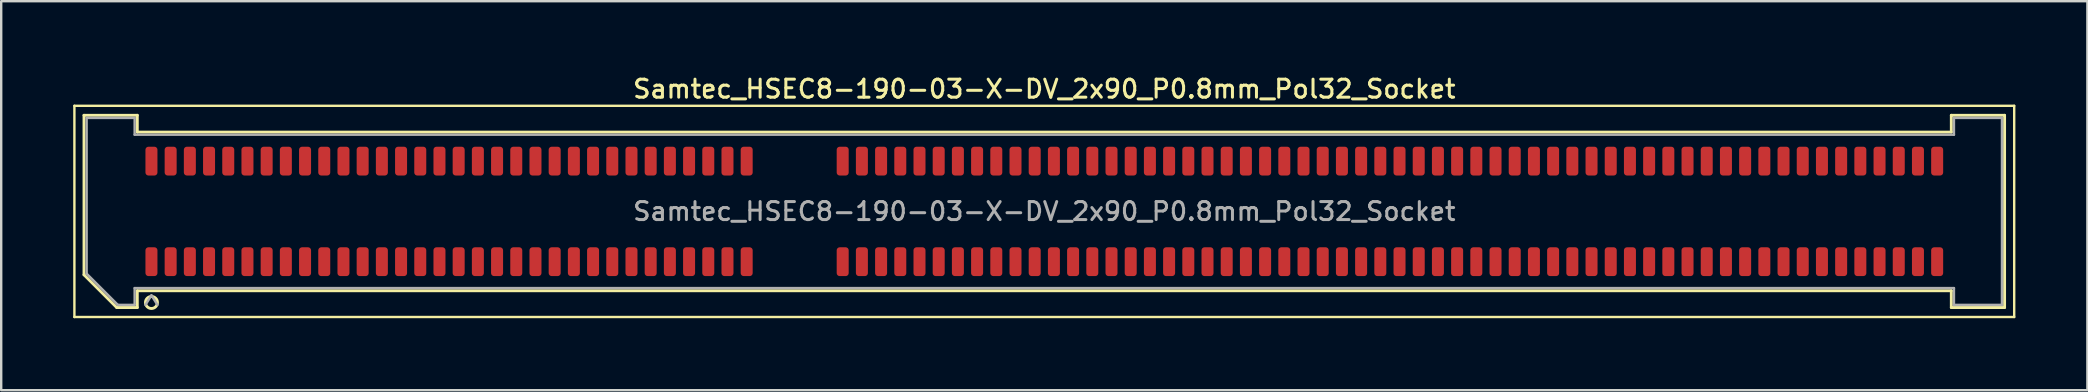
<source format=kicad_pcb>
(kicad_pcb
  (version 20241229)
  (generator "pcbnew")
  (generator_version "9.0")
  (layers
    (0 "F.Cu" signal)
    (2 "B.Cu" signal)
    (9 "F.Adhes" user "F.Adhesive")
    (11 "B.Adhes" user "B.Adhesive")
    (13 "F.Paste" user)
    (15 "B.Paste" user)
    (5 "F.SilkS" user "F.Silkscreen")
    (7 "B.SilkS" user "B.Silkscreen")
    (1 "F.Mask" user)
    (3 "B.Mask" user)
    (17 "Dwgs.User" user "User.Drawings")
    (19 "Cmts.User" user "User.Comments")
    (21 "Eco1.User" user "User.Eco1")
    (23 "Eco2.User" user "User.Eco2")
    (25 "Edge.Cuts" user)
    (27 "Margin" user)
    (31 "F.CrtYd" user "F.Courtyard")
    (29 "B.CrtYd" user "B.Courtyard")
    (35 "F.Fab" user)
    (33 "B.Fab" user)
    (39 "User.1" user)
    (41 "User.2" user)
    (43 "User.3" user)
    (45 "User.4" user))
  (footprint "Samtec_HSEC8-190-03-X-DV_2x90_P0.8mm_Pol32_Socket"
    (layer "F.Cu")
    (at 40.46 5.758)
    (property "Reference" "Samtec_HSEC8-190-03-X-DV_2x90_P0.8mm_Pol32_Socket" (at 0 -5.1 0) (layer "F.SilkS") (effects (font (size 0.75 0.75) (thickness 0.125))))
    (attr smd)
    (fp_line (start -40.41 -4.4) (end -40.41 4.4) (stroke (width 0.1) (type solid)) (layer "F.SilkS"))
    (fp_line (start -40.41 4.4) (end 40.41 4.4) (stroke (width 0.1) (type solid)) (layer "F.SilkS"))
    (fp_line (start -40.01 -4.005) (end -37.79 -4.005) (stroke (width 0.12) (type solid)) (layer "F.SilkS"))
    (fp_line (start -40.01 2.641) (end -40.01 -4.005) (stroke (width 0.12) (type solid)) (layer "F.SilkS"))
    (fp_line (start -38.646 4.005) (end -40.01 2.641) (stroke (width 0.12) (type solid)) (layer "F.SilkS"))
    (fp_line (start -37.79 -4.005) (end -37.79 -3.305) (stroke (width 0.12) (type solid)) (layer "F.SilkS"))
    (fp_line (start -37.79 -3.305) (end 37.79 -3.305) (stroke (width 0.12) (type solid)) (layer "F.SilkS"))
    (fp_line (start -37.79 3.305) (end -37.79 4.005) (stroke (width 0.12) (type solid)) (layer "F.SilkS"))
    (fp_line (start -37.79 4.005) (end -38.646 4.005) (stroke (width 0.12) (type solid)) (layer "F.SilkS"))
    (fp_line (start 37.79 -4.005) (end 40.01 -4.005) (stroke (width 0.12) (type solid)) (layer "F.SilkS"))
    (fp_line (start 37.79 -3.305) (end 37.79 -4.005) (stroke (width 0.12) (type solid)) (layer "F.SilkS"))
    (fp_line (start 37.79 3.305) (end -37.79 3.305) (stroke (width 0.12) (type solid)) (layer "F.SilkS"))
    (fp_line (start 37.79 4.005) (end 37.79 3.305) (stroke (width 0.12) (type solid)) (layer "F.SilkS"))
    (fp_line (start 40.01 -4.005) (end 40.01 4.005) (stroke (width 0.12) (type solid)) (layer "F.SilkS"))
    (fp_line (start 40.01 4.005) (end 37.79 4.005) (stroke (width 0.12) (type solid)) (layer "F.SilkS"))
    (fp_line (start 40.41 -4.4) (end -40.41 -4.4) (stroke (width 0.1) (type solid)) (layer "F.SilkS"))
    (fp_line (start 40.41 4.4) (end 40.41 -4.4) (stroke (width 0.1) (type solid)) (layer "F.SilkS"))
    (fp_arc (start -36.95 3.795) (mid -37.45 3.795) (end -36.95 3.795) (stroke (width 0.12) (type solid)) (layer "F.SilkS"))
    (fp_line (start -39.9 -3.895) (end -37.9 -3.895) (stroke (width 0.1) (type solid)) (layer "F.Fab"))
    (fp_line (start -39.9 2.595) (end -39.9 -3.895) (stroke (width 0.1) (type solid)) (layer "F.Fab"))
    (fp_line (start -38.6 3.895) (end -39.9 2.595) (stroke (width 0.1) (type solid)) (layer "F.Fab"))
    (fp_line (start -37.9 -3.895) (end -37.9 -3.195) (stroke (width 0.1) (type solid)) (layer "F.Fab"))
    (fp_line (start -37.9 -3.195) (end 37.9 -3.195) (stroke (width 0.1) (type solid)) (layer "F.Fab"))
    (fp_line (start -37.9 3.195) (end -37.9 3.895) (stroke (width 0.1) (type solid)) (layer "F.Fab"))
    (fp_line (start -37.9 3.895) (end -38.6 3.895) (stroke (width 0.1) (type solid)) (layer "F.Fab"))
    (fp_line (start -37.2 3.495) (end -37.45 3.895) (stroke (width 0.1) (type solid)) (layer "F.Fab"))
    (fp_line (start -37.2 3.495) (end -36.95 3.895) (stroke (width 0.1) (type solid)) (layer "F.Fab"))
    (fp_line (start 37.9 -3.895) (end 39.9 -3.895) (stroke (width 0.1) (type solid)) (layer "F.Fab"))
    (fp_line (start 37.9 -3.195) (end 37.9 -3.895) (stroke (width 0.1) (type solid)) (layer "F.Fab"))
    (fp_line (start 37.9 3.195) (end -37.9 3.195) (stroke (width 0.1) (type solid)) (layer "F.Fab"))
    (fp_line (start 37.9 3.895) (end 37.9 3.195) (stroke (width 0.1) (type solid)) (layer "F.Fab"))
    (fp_line (start 39.9 -3.895) (end 39.9 3.895) (stroke (width 0.1) (type solid)) (layer "F.Fab"))
    (fp_line (start 39.9 3.895) (end 37.9 3.895) (stroke (width 0.1) (type solid)) (layer "F.Fab"))
    (fp_text user "${REFERENCE}" (at 0 0 0) (layer "F.Fab") (effects (font (size 0.75 0.75) (thickness 0.125))))
    (pad "1" smd roundrect (at -37.2 2.095) (size 0.5 1.2) (layers "F.Cu" "F.Mask" "F.Paste") (roundrect_rratio 0.25))
    (pad "2" smd roundrect (at -37.2 -2.095) (size 0.5 1.2) (layers "F.Cu" "F.Mask" "F.Paste") (roundrect_rratio 0.25))
    (pad "3" smd roundrect (at -36.4 2.095) (size 0.5 1.2) (layers "F.Cu" "F.Mask" "F.Paste") (roundrect_rratio 0.25))
    (pad "4" smd roundrect (at -36.4 -2.095) (size 0.5 1.2) (layers "F.Cu" "F.Mask" "F.Paste") (roundrect_rratio 0.25))
    (pad "5" smd roundrect (at -35.6 2.095) (size 0.5 1.2) (layers "F.Cu" "F.Mask" "F.Paste") (roundrect_rratio 0.25))
    (pad "6" smd roundrect (at -35.6 -2.095) (size 0.5 1.2) (layers "F.Cu" "F.Mask" "F.Paste") (roundrect_rratio 0.25))
    (pad "7" smd roundrect (at -34.8 2.095) (size 0.5 1.2) (layers "F.Cu" "F.Mask" "F.Paste") (roundrect_rratio 0.25))
    (pad "8" smd roundrect (at -34.8 -2.095) (size 0.5 1.2) (layers "F.Cu" "F.Mask" "F.Paste") (roundrect_rratio 0.25))
    (pad "9" smd roundrect (at -34 2.095) (size 0.5 1.2) (layers "F.Cu" "F.Mask" "F.Paste") (roundrect_rratio 0.25))
    (pad "10" smd roundrect (at -34 -2.095) (size 0.5 1.2) (layers "F.Cu" "F.Mask" "F.Paste") (roundrect_rratio 0.25))
    (pad "11" smd roundrect (at -33.2 2.095) (size 0.5 1.2) (layers "F.Cu" "F.Mask" "F.Paste") (roundrect_rratio 0.25))
    (pad "12" smd roundrect (at -33.2 -2.095) (size 0.5 1.2) (layers "F.Cu" "F.Mask" "F.Paste") (roundrect_rratio 0.25))
    (pad "13" smd roundrect (at -32.4 2.095) (size 0.5 1.2) (layers "F.Cu" "F.Mask" "F.Paste") (roundrect_rratio 0.25))
    (pad "14" smd roundrect (at -32.4 -2.095) (size 0.5 1.2) (layers "F.Cu" "F.Mask" "F.Paste") (roundrect_rratio 0.25))
    (pad "15" smd roundrect (at -31.6 2.095) (size 0.5 1.2) (layers "F.Cu" "F.Mask" "F.Paste") (roundrect_rratio 0.25))
    (pad "16" smd roundrect (at -31.6 -2.095) (size 0.5 1.2) (layers "F.Cu" "F.Mask" "F.Paste") (roundrect_rratio 0.25))
    (pad "17" smd roundrect (at -30.8 2.095) (size 0.5 1.2) (layers "F.Cu" "F.Mask" "F.Paste") (roundrect_rratio 0.25))
    (pad "18" smd roundrect (at -30.8 -2.095) (size 0.5 1.2) (layers "F.Cu" "F.Mask" "F.Paste") (roundrect_rratio 0.25))
    (pad "19" smd roundrect (at -30 2.095) (size 0.5 1.2) (layers "F.Cu" "F.Mask" "F.Paste") (roundrect_rratio 0.25))
    (pad "20" smd roundrect (at -30 -2.095) (size 0.5 1.2) (layers "F.Cu" "F.Mask" "F.Paste") (roundrect_rratio 0.25))
    (pad "21" smd roundrect (at -29.2 2.095) (size 0.5 1.2) (layers "F.Cu" "F.Mask" "F.Paste") (roundrect_rratio 0.25))
    (pad "22" smd roundrect (at -29.2 -2.095) (size 0.5 1.2) (layers "F.Cu" "F.Mask" "F.Paste") (roundrect_rratio 0.25))
    (pad "23" smd roundrect (at -28.4 2.095) (size 0.5 1.2) (layers "F.Cu" "F.Mask" "F.Paste") (roundrect_rratio 0.25))
    (pad "24" smd roundrect (at -28.4 -2.095) (size 0.5 1.2) (layers "F.Cu" "F.Mask" "F.Paste") (roundrect_rratio 0.25))
    (pad "25" smd roundrect (at -27.6 2.095) (size 0.5 1.2) (layers "F.Cu" "F.Mask" "F.Paste") (roundrect_rratio 0.25))
    (pad "26" smd roundrect (at -27.6 -2.095) (size 0.5 1.2) (layers "F.Cu" "F.Mask" "F.Paste") (roundrect_rratio 0.25))
    (pad "27" smd roundrect (at -26.8 2.095) (size 0.5 1.2) (layers "F.Cu" "F.Mask" "F.Paste") (roundrect_rratio 0.25))
    (pad "28" smd roundrect (at -26.8 -2.095) (size 0.5 1.2) (layers "F.Cu" "F.Mask" "F.Paste") (roundrect_rratio 0.25))
    (pad "29" smd roundrect (at -26 2.095) (size 0.5 1.2) (layers "F.Cu" "F.Mask" "F.Paste") (roundrect_rratio 0.25))
    (pad "30" smd roundrect (at -26 -2.095) (size 0.5 1.2) (layers "F.Cu" "F.Mask" "F.Paste") (roundrect_rratio 0.25))
    (pad "31" smd roundrect (at -25.2 2.095) (size 0.5 1.2) (layers "F.Cu" "F.Mask" "F.Paste") (roundrect_rratio 0.25))
    (pad "32" smd roundrect (at -25.2 -2.095) (size 0.5 1.2) (layers "F.Cu" "F.Mask" "F.Paste") (roundrect_rratio 0.25))
    (pad "33" smd roundrect (at -24.4 2.095) (size 0.5 1.2) (layers "F.Cu" "F.Mask" "F.Paste") (roundrect_rratio 0.25))
    (pad "34" smd roundrect (at -24.4 -2.095) (size 0.5 1.2) (layers "F.Cu" "F.Mask" "F.Paste") (roundrect_rratio 0.25))
    (pad "35" smd roundrect (at -23.6 2.095) (size 0.5 1.2) (layers "F.Cu" "F.Mask" "F.Paste") (roundrect_rratio 0.25))
    (pad "36" smd roundrect (at -23.6 -2.095) (size 0.5 1.2) (layers "F.Cu" "F.Mask" "F.Paste") (roundrect_rratio 0.25))
    (pad "37" smd roundrect (at -22.8 2.095) (size 0.5 1.2) (layers "F.Cu" "F.Mask" "F.Paste") (roundrect_rratio 0.25))
    (pad "38" smd roundrect (at -22.8 -2.095) (size 0.5 1.2) (layers "F.Cu" "F.Mask" "F.Paste") (roundrect_rratio 0.25))
    (pad "39" smd roundrect (at -22 2.095) (size 0.5 1.2) (layers "F.Cu" "F.Mask" "F.Paste") (roundrect_rratio 0.25))
    (pad "40" smd roundrect (at -22 -2.095) (size 0.5 1.2) (layers "F.Cu" "F.Mask" "F.Paste") (roundrect_rratio 0.25))
    (pad "41" smd roundrect (at -21.2 2.095) (size 0.5 1.2) (layers "F.Cu" "F.Mask" "F.Paste") (roundrect_rratio 0.25))
    (pad "42" smd roundrect (at -21.2 -2.095) (size 0.5 1.2) (layers "F.Cu" "F.Mask" "F.Paste") (roundrect_rratio 0.25))
    (pad "43" smd roundrect (at -20.4 2.095) (size 0.5 1.2) (layers "F.Cu" "F.Mask" "F.Paste") (roundrect_rratio 0.25))
    (pad "44" smd roundrect (at -20.4 -2.095) (size 0.5 1.2) (layers "F.Cu" "F.Mask" "F.Paste") (roundrect_rratio 0.25))
    (pad "45" smd roundrect (at -19.6 2.095) (size 0.5 1.2) (layers "F.Cu" "F.Mask" "F.Paste") (roundrect_rratio 0.25))
    (pad "46" smd roundrect (at -19.6 -2.095) (size 0.5 1.2) (layers "F.Cu" "F.Mask" "F.Paste") (roundrect_rratio 0.25))
    (pad "47" smd roundrect (at -18.8 2.095) (size 0.5 1.2) (layers "F.Cu" "F.Mask" "F.Paste") (roundrect_rratio 0.25))
    (pad "48" smd roundrect (at -18.8 -2.095) (size 0.5 1.2) (layers "F.Cu" "F.Mask" "F.Paste") (roundrect_rratio 0.25))
    (pad "49" smd roundrect (at -18 2.095) (size 0.5 1.2) (layers "F.Cu" "F.Mask" "F.Paste") (roundrect_rratio 0.25))
    (pad "50" smd roundrect (at -18 -2.095) (size 0.5 1.2) (layers "F.Cu" "F.Mask" "F.Paste") (roundrect_rratio 0.25))
    (pad "51" smd roundrect (at -17.2 2.095) (size 0.5 1.2) (layers "F.Cu" "F.Mask" "F.Paste") (roundrect_rratio 0.25))
    (pad "52" smd roundrect (at -17.2 -2.095) (size 0.5 1.2) (layers "F.Cu" "F.Mask" "F.Paste") (roundrect_rratio 0.25))
    (pad "53" smd roundrect (at -16.4 2.095) (size 0.5 1.2) (layers "F.Cu" "F.Mask" "F.Paste") (roundrect_rratio 0.25))
    (pad "54" smd roundrect (at -16.4 -2.095) (size 0.5 1.2) (layers "F.Cu" "F.Mask" "F.Paste") (roundrect_rratio 0.25))
    (pad "55" smd roundrect (at -15.6 2.095) (size 0.5 1.2) (layers "F.Cu" "F.Mask" "F.Paste") (roundrect_rratio 0.25))
    (pad "56" smd roundrect (at -15.6 -2.095) (size 0.5 1.2) (layers "F.Cu" "F.Mask" "F.Paste") (roundrect_rratio 0.25))
    (pad "57" smd roundrect (at -14.8 2.095) (size 0.5 1.2) (layers "F.Cu" "F.Mask" "F.Paste") (roundrect_rratio 0.25))
    (pad "58" smd roundrect (at -14.8 -2.095) (size 0.5 1.2) (layers "F.Cu" "F.Mask" "F.Paste") (roundrect_rratio 0.25))
    (pad "59" smd roundrect (at -14 2.095) (size 0.5 1.2) (layers "F.Cu" "F.Mask" "F.Paste") (roundrect_rratio 0.25))
    (pad "60" smd roundrect (at -14 -2.095) (size 0.5 1.2) (layers "F.Cu" "F.Mask" "F.Paste") (roundrect_rratio 0.25))
    (pad "61" smd roundrect (at -13.2 2.095) (size 0.5 1.2) (layers "F.Cu" "F.Mask" "F.Paste") (roundrect_rratio 0.25))
    (pad "62" smd roundrect (at -13.2 -2.095) (size 0.5 1.2) (layers "F.Cu" "F.Mask" "F.Paste") (roundrect_rratio 0.25))
    (pad "63" smd roundrect (at -12.4 2.095) (size 0.5 1.2) (layers "F.Cu" "F.Mask" "F.Paste") (roundrect_rratio 0.25))
    (pad "64" smd roundrect (at -12.4 -2.095) (size 0.5 1.2) (layers "F.Cu" "F.Mask" "F.Paste") (roundrect_rratio 0.25))
    (pad "65" smd roundrect (at -8.4 2.095) (size 0.5 1.2) (layers "F.Cu" "F.Mask" "F.Paste") (roundrect_rratio 0.25))
    (pad "66" smd roundrect (at -8.4 -2.095) (size 0.5 1.2) (layers "F.Cu" "F.Mask" "F.Paste") (roundrect_rratio 0.25))
    (pad "67" smd roundrect (at -7.6 2.095) (size 0.5 1.2) (layers "F.Cu" "F.Mask" "F.Paste") (roundrect_rratio 0.25))
    (pad "68" smd roundrect (at -7.6 -2.095) (size 0.5 1.2) (layers "F.Cu" "F.Mask" "F.Paste") (roundrect_rratio 0.25))
    (pad "69" smd roundrect (at -6.8 2.095) (size 0.5 1.2) (layers "F.Cu" "F.Mask" "F.Paste") (roundrect_rratio 0.25))
    (pad "70" smd roundrect (at -6.8 -2.095) (size 0.5 1.2) (layers "F.Cu" "F.Mask" "F.Paste") (roundrect_rratio 0.25))
    (pad "71" smd roundrect (at -6 2.095) (size 0.5 1.2) (layers "F.Cu" "F.Mask" "F.Paste") (roundrect_rratio 0.25))
    (pad "72" smd roundrect (at -6 -2.095) (size 0.5 1.2) (layers "F.Cu" "F.Mask" "F.Paste") (roundrect_rratio 0.25))
    (pad "73" smd roundrect (at -5.2 2.095) (size 0.5 1.2) (layers "F.Cu" "F.Mask" "F.Paste") (roundrect_rratio 0.25))
    (pad "74" smd roundrect (at -5.2 -2.095) (size 0.5 1.2) (layers "F.Cu" "F.Mask" "F.Paste") (roundrect_rratio 0.25))
    (pad "75" smd roundrect (at -4.4 2.095) (size 0.5 1.2) (layers "F.Cu" "F.Mask" "F.Paste") (roundrect_rratio 0.25))
    (pad "76" smd roundrect (at -4.4 -2.095) (size 0.5 1.2) (layers "F.Cu" "F.Mask" "F.Paste") (roundrect_rratio 0.25))
    (pad "77" smd roundrect (at -3.6 2.095) (size 0.5 1.2) (layers "F.Cu" "F.Mask" "F.Paste") (roundrect_rratio 0.25))
    (pad "78" smd roundrect (at -3.6 -2.095) (size 0.5 1.2) (layers "F.Cu" "F.Mask" "F.Paste") (roundrect_rratio 0.25))
    (pad "79" smd roundrect (at -2.8 2.095) (size 0.5 1.2) (layers "F.Cu" "F.Mask" "F.Paste") (roundrect_rratio 0.25))
    (pad "80" smd roundrect (at -2.8 -2.095) (size 0.5 1.2) (layers "F.Cu" "F.Mask" "F.Paste") (roundrect_rratio 0.25))
    (pad "81" smd roundrect (at -2 2.095) (size 0.5 1.2) (layers "F.Cu" "F.Mask" "F.Paste") (roundrect_rratio 0.25))
    (pad "82" smd roundrect (at -2 -2.095) (size 0.5 1.2) (layers "F.Cu" "F.Mask" "F.Paste") (roundrect_rratio 0.25))
    (pad "83" smd roundrect (at -1.2 2.095) (size 0.5 1.2) (layers "F.Cu" "F.Mask" "F.Paste") (roundrect_rratio 0.25))
    (pad "84" smd roundrect (at -1.2 -2.095) (size 0.5 1.2) (layers "F.Cu" "F.Mask" "F.Paste") (roundrect_rratio 0.25))
    (pad "85" smd roundrect (at -0.4 2.095) (size 0.5 1.2) (layers "F.Cu" "F.Mask" "F.Paste") (roundrect_rratio 0.25))
    (pad "86" smd roundrect (at -0.4 -2.095) (size 0.5 1.2) (layers "F.Cu" "F.Mask" "F.Paste") (roundrect_rratio 0.25))
    (pad "87" smd roundrect (at 0.4 2.095) (size 0.5 1.2) (layers "F.Cu" "F.Mask" "F.Paste") (roundrect_rratio 0.25))
    (pad "88" smd roundrect (at 0.4 -2.095) (size 0.5 1.2) (layers "F.Cu" "F.Mask" "F.Paste") (roundrect_rratio 0.25))
    (pad "89" smd roundrect (at 1.2 2.095) (size 0.5 1.2) (layers "F.Cu" "F.Mask" "F.Paste") (roundrect_rratio 0.25))
    (pad "90" smd roundrect (at 1.2 -2.095) (size 0.5 1.2) (layers "F.Cu" "F.Mask" "F.Paste") (roundrect_rratio 0.25))
    (pad "91" smd roundrect (at 2 2.095) (size 0.5 1.2) (layers "F.Cu" "F.Mask" "F.Paste") (roundrect_rratio 0.25))
    (pad "92" smd roundrect (at 2 -2.095) (size 0.5 1.2) (layers "F.Cu" "F.Mask" "F.Paste") (roundrect_rratio 0.25))
    (pad "93" smd roundrect (at 2.8 2.095) (size 0.5 1.2) (layers "F.Cu" "F.Mask" "F.Paste") (roundrect_rratio 0.25))
    (pad "94" smd roundrect (at 2.8 -2.095) (size 0.5 1.2) (layers "F.Cu" "F.Mask" "F.Paste") (roundrect_rratio 0.25))
    (pad "95" smd roundrect (at 3.6 2.095) (size 0.5 1.2) (layers "F.Cu" "F.Mask" "F.Paste") (roundrect_rratio 0.25))
    (pad "96" smd roundrect (at 3.6 -2.095) (size 0.5 1.2) (layers "F.Cu" "F.Mask" "F.Paste") (roundrect_rratio 0.25))
    (pad "97" smd roundrect (at 4.4 2.095) (size 0.5 1.2) (layers "F.Cu" "F.Mask" "F.Paste") (roundrect_rratio 0.25))
    (pad "98" smd roundrect (at 4.4 -2.095) (size 0.5 1.2) (layers "F.Cu" "F.Mask" "F.Paste") (roundrect_rratio 0.25))
    (pad "99" smd roundrect (at 5.2 2.095) (size 0.5 1.2) (layers "F.Cu" "F.Mask" "F.Paste") (roundrect_rratio 0.25))
    (pad "100" smd roundrect (at 5.2 -2.095) (size 0.5 1.2) (layers "F.Cu" "F.Mask" "F.Paste") (roundrect_rratio 0.25))
    (pad "101" smd roundrect (at 6 2.095) (size 0.5 1.2) (layers "F.Cu" "F.Mask" "F.Paste") (roundrect_rratio 0.25))
    (pad "102" smd roundrect (at 6 -2.095) (size 0.5 1.2) (layers "F.Cu" "F.Mask" "F.Paste") (roundrect_rratio 0.25))
    (pad "103" smd roundrect (at 6.8 2.095) (size 0.5 1.2) (layers "F.Cu" "F.Mask" "F.Paste") (roundrect_rratio 0.25))
    (pad "104" smd roundrect (at 6.8 -2.095) (size 0.5 1.2) (layers "F.Cu" "F.Mask" "F.Paste") (roundrect_rratio 0.25))
    (pad "105" smd roundrect (at 7.6 2.095) (size 0.5 1.2) (layers "F.Cu" "F.Mask" "F.Paste") (roundrect_rratio 0.25))
    (pad "106" smd roundrect (at 7.6 -2.095) (size 0.5 1.2) (layers "F.Cu" "F.Mask" "F.Paste") (roundrect_rratio 0.25))
    (pad "107" smd roundrect (at 8.4 2.095) (size 0.5 1.2) (layers "F.Cu" "F.Mask" "F.Paste") (roundrect_rratio 0.25))
    (pad "108" smd roundrect (at 8.4 -2.095) (size 0.5 1.2) (layers "F.Cu" "F.Mask" "F.Paste") (roundrect_rratio 0.25))
    (pad "109" smd roundrect (at 9.2 2.095) (size 0.5 1.2) (layers "F.Cu" "F.Mask" "F.Paste") (roundrect_rratio 0.25))
    (pad "110" smd roundrect (at 9.2 -2.095) (size 0.5 1.2) (layers "F.Cu" "F.Mask" "F.Paste") (roundrect_rratio 0.25))
    (pad "111" smd roundrect (at 10 2.095) (size 0.5 1.2) (layers "F.Cu" "F.Mask" "F.Paste") (roundrect_rratio 0.25))
    (pad "112" smd roundrect (at 10 -2.095) (size 0.5 1.2) (layers "F.Cu" "F.Mask" "F.Paste") (roundrect_rratio 0.25))
    (pad "113" smd roundrect (at 10.8 2.095) (size 0.5 1.2) (layers "F.Cu" "F.Mask" "F.Paste") (roundrect_rratio 0.25))
    (pad "114" smd roundrect (at 10.8 -2.095) (size 0.5 1.2) (layers "F.Cu" "F.Mask" "F.Paste") (roundrect_rratio 0.25))
    (pad "115" smd roundrect (at 11.6 2.095) (size 0.5 1.2) (layers "F.Cu" "F.Mask" "F.Paste") (roundrect_rratio 0.25))
    (pad "116" smd roundrect (at 11.6 -2.095) (size 0.5 1.2) (layers "F.Cu" "F.Mask" "F.Paste") (roundrect_rratio 0.25))
    (pad "117" smd roundrect (at 12.4 2.095) (size 0.5 1.2) (layers "F.Cu" "F.Mask" "F.Paste") (roundrect_rratio 0.25))
    (pad "118" smd roundrect (at 12.4 -2.095) (size 0.5 1.2) (layers "F.Cu" "F.Mask" "F.Paste") (roundrect_rratio 0.25))
    (pad "119" smd roundrect (at 13.2 2.095) (size 0.5 1.2) (layers "F.Cu" "F.Mask" "F.Paste") (roundrect_rratio 0.25))
    (pad "120" smd roundrect (at 13.2 -2.095) (size 0.5 1.2) (layers "F.Cu" "F.Mask" "F.Paste") (roundrect_rratio 0.25))
    (pad "121" smd roundrect (at 14 2.095) (size 0.5 1.2) (layers "F.Cu" "F.Mask" "F.Paste") (roundrect_rratio 0.25))
    (pad "122" smd roundrect (at 14 -2.095) (size 0.5 1.2) (layers "F.Cu" "F.Mask" "F.Paste") (roundrect_rratio 0.25))
    (pad "123" smd roundrect (at 14.8 2.095) (size 0.5 1.2) (layers "F.Cu" "F.Mask" "F.Paste") (roundrect_rratio 0.25))
    (pad "124" smd roundrect (at 14.8 -2.095) (size 0.5 1.2) (layers "F.Cu" "F.Mask" "F.Paste") (roundrect_rratio 0.25))
    (pad "125" smd roundrect (at 15.6 2.095) (size 0.5 1.2) (layers "F.Cu" "F.Mask" "F.Paste") (roundrect_rratio 0.25))
    (pad "126" smd roundrect (at 15.6 -2.095) (size 0.5 1.2) (layers "F.Cu" "F.Mask" "F.Paste") (roundrect_rratio 0.25))
    (pad "127" smd roundrect (at 16.4 2.095) (size 0.5 1.2) (layers "F.Cu" "F.Mask" "F.Paste") (roundrect_rratio 0.25))
    (pad "128" smd roundrect (at 16.4 -2.095) (size 0.5 1.2) (layers "F.Cu" "F.Mask" "F.Paste") (roundrect_rratio 0.25))
    (pad "129" smd roundrect (at 17.2 2.095) (size 0.5 1.2) (layers "F.Cu" "F.Mask" "F.Paste") (roundrect_rratio 0.25))
    (pad "130" smd roundrect (at 17.2 -2.095) (size 0.5 1.2) (layers "F.Cu" "F.Mask" "F.Paste") (roundrect_rratio 0.25))
    (pad "131" smd roundrect (at 18 2.095) (size 0.5 1.2) (layers "F.Cu" "F.Mask" "F.Paste") (roundrect_rratio 0.25))
    (pad "132" smd roundrect (at 18 -2.095) (size 0.5 1.2) (layers "F.Cu" "F.Mask" "F.Paste") (roundrect_rratio 0.25))
    (pad "133" smd roundrect (at 18.8 2.095) (size 0.5 1.2) (layers "F.Cu" "F.Mask" "F.Paste") (roundrect_rratio 0.25))
    (pad "134" smd roundrect (at 18.8 -2.095) (size 0.5 1.2) (layers "F.Cu" "F.Mask" "F.Paste") (roundrect_rratio 0.25))
    (pad "135" smd roundrect (at 19.6 2.095) (size 0.5 1.2) (layers "F.Cu" "F.Mask" "F.Paste") (roundrect_rratio 0.25))
    (pad "136" smd roundrect (at 19.6 -2.095) (size 0.5 1.2) (layers "F.Cu" "F.Mask" "F.Paste") (roundrect_rratio 0.25))
    (pad "137" smd roundrect (at 20.4 2.095) (size 0.5 1.2) (layers "F.Cu" "F.Mask" "F.Paste") (roundrect_rratio 0.25))
    (pad "138" smd roundrect (at 20.4 -2.095) (size 0.5 1.2) (layers "F.Cu" "F.Mask" "F.Paste") (roundrect_rratio 0.25))
    (pad "139" smd roundrect (at 21.2 2.095) (size 0.5 1.2) (layers "F.Cu" "F.Mask" "F.Paste") (roundrect_rratio 0.25))
    (pad "140" smd roundrect (at 21.2 -2.095) (size 0.5 1.2) (layers "F.Cu" "F.Mask" "F.Paste") (roundrect_rratio 0.25))
    (pad "141" smd roundrect (at 22 2.095) (size 0.5 1.2) (layers "F.Cu" "F.Mask" "F.Paste") (roundrect_rratio 0.25))
    (pad "142" smd roundrect (at 22 -2.095) (size 0.5 1.2) (layers "F.Cu" "F.Mask" "F.Paste") (roundrect_rratio 0.25))
    (pad "143" smd roundrect (at 22.8 2.095) (size 0.5 1.2) (layers "F.Cu" "F.Mask" "F.Paste") (roundrect_rratio 0.25))
    (pad "144" smd roundrect (at 22.8 -2.095) (size 0.5 1.2) (layers "F.Cu" "F.Mask" "F.Paste") (roundrect_rratio 0.25))
    (pad "145" smd roundrect (at 23.6 2.095) (size 0.5 1.2) (layers "F.Cu" "F.Mask" "F.Paste") (roundrect_rratio 0.25))
    (pad "146" smd roundrect (at 23.6 -2.095) (size 0.5 1.2) (layers "F.Cu" "F.Mask" "F.Paste") (roundrect_rratio 0.25))
    (pad "147" smd roundrect (at 24.4 2.095) (size 0.5 1.2) (layers "F.Cu" "F.Mask" "F.Paste") (roundrect_rratio 0.25))
    (pad "148" smd roundrect (at 24.4 -2.095) (size 0.5 1.2) (layers "F.Cu" "F.Mask" "F.Paste") (roundrect_rratio 0.25))
    (pad "149" smd roundrect (at 25.2 2.095) (size 0.5 1.2) (layers "F.Cu" "F.Mask" "F.Paste") (roundrect_rratio 0.25))
    (pad "150" smd roundrect (at 25.2 -2.095) (size 0.5 1.2) (layers "F.Cu" "F.Mask" "F.Paste") (roundrect_rratio 0.25))
    (pad "151" smd roundrect (at 26 2.095) (size 0.5 1.2) (layers "F.Cu" "F.Mask" "F.Paste") (roundrect_rratio 0.25))
    (pad "152" smd roundrect (at 26 -2.095) (size 0.5 1.2) (layers "F.Cu" "F.Mask" "F.Paste") (roundrect_rratio 0.25))
    (pad "153" smd roundrect (at 26.8 2.095) (size 0.5 1.2) (layers "F.Cu" "F.Mask" "F.Paste") (roundrect_rratio 0.25))
    (pad "154" smd roundrect (at 26.8 -2.095) (size 0.5 1.2) (layers "F.Cu" "F.Mask" "F.Paste") (roundrect_rratio 0.25))
    (pad "155" smd roundrect (at 27.6 2.095) (size 0.5 1.2) (layers "F.Cu" "F.Mask" "F.Paste") (roundrect_rratio 0.25))
    (pad "156" smd roundrect (at 27.6 -2.095) (size 0.5 1.2) (layers "F.Cu" "F.Mask" "F.Paste") (roundrect_rratio 0.25))
    (pad "157" smd roundrect (at 28.4 2.095) (size 0.5 1.2) (layers "F.Cu" "F.Mask" "F.Paste") (roundrect_rratio 0.25))
    (pad "158" smd roundrect (at 28.4 -2.095) (size 0.5 1.2) (layers "F.Cu" "F.Mask" "F.Paste") (roundrect_rratio 0.25))
    (pad "159" smd roundrect (at 29.2 2.095) (size 0.5 1.2) (layers "F.Cu" "F.Mask" "F.Paste") (roundrect_rratio 0.25))
    (pad "160" smd roundrect (at 29.2 -2.095) (size 0.5 1.2) (layers "F.Cu" "F.Mask" "F.Paste") (roundrect_rratio 0.25))
    (pad "161" smd roundrect (at 30 2.095) (size 0.5 1.2) (layers "F.Cu" "F.Mask" "F.Paste") (roundrect_rratio 0.25))
    (pad "162" smd roundrect (at 30 -2.095) (size 0.5 1.2) (layers "F.Cu" "F.Mask" "F.Paste") (roundrect_rratio 0.25))
    (pad "163" smd roundrect (at 30.8 2.095) (size 0.5 1.2) (layers "F.Cu" "F.Mask" "F.Paste") (roundrect_rratio 0.25))
    (pad "164" smd roundrect (at 30.8 -2.095) (size 0.5 1.2) (layers "F.Cu" "F.Mask" "F.Paste") (roundrect_rratio 0.25))
    (pad "165" smd roundrect (at 31.6 2.095) (size 0.5 1.2) (layers "F.Cu" "F.Mask" "F.Paste") (roundrect_rratio 0.25))
    (pad "166" smd roundrect (at 31.6 -2.095) (size 0.5 1.2) (layers "F.Cu" "F.Mask" "F.Paste") (roundrect_rratio 0.25))
    (pad "167" smd roundrect (at 32.4 2.095) (size 0.5 1.2) (layers "F.Cu" "F.Mask" "F.Paste") (roundrect_rratio 0.25))
    (pad "168" smd roundrect (at 32.4 -2.095) (size 0.5 1.2) (layers "F.Cu" "F.Mask" "F.Paste") (roundrect_rratio 0.25))
    (pad "169" smd roundrect (at 33.2 2.095) (size 0.5 1.2) (layers "F.Cu" "F.Mask" "F.Paste") (roundrect_rratio 0.25))
    (pad "170" smd roundrect (at 33.2 -2.095) (size 0.5 1.2) (layers "F.Cu" "F.Mask" "F.Paste") (roundrect_rratio 0.25))
    (pad "171" smd roundrect (at 34 2.095) (size 0.5 1.2) (layers "F.Cu" "F.Mask" "F.Paste") (roundrect_rratio 0.25))
    (pad "172" smd roundrect (at 34 -2.095) (size 0.5 1.2) (layers "F.Cu" "F.Mask" "F.Paste") (roundrect_rratio 0.25))
    (pad "173" smd roundrect (at 34.8 2.095) (size 0.5 1.2) (layers "F.Cu" "F.Mask" "F.Paste") (roundrect_rratio 0.25))
    (pad "174" smd roundrect (at 34.8 -2.095) (size 0.5 1.2) (layers "F.Cu" "F.Mask" "F.Paste") (roundrect_rratio 0.25))
    (pad "175" smd roundrect (at 35.6 2.095) (size 0.5 1.2) (layers "F.Cu" "F.Mask" "F.Paste") (roundrect_rratio 0.25))
    (pad "176" smd roundrect (at 35.6 -2.095) (size 0.5 1.2) (layers "F.Cu" "F.Mask" "F.Paste") (roundrect_rratio 0.25))
    (pad "177" smd roundrect (at 36.4 2.095) (size 0.5 1.2) (layers "F.Cu" "F.Mask" "F.Paste") (roundrect_rratio 0.25))
    (pad "178" smd roundrect (at 36.4 -2.095) (size 0.5 1.2) (layers "F.Cu" "F.Mask" "F.Paste") (roundrect_rratio 0.25))
    (pad "179" smd roundrect (at 37.2 2.095) (size 0.5 1.2) (layers "F.Cu" "F.Mask" "F.Paste") (roundrect_rratio 0.25))
    (pad "180" smd roundrect (at 37.2 -2.095) (size 0.5 1.2) (layers "F.Cu" "F.Mask" "F.Paste") (roundrect_rratio 0.25)))
  (gr_rect
    (start -3 -3)
    (end 83.92 13.208)
    (stroke (width 0.1) (type default))
    (fill no)
    (layer "Edge.Cuts")))
</source>
